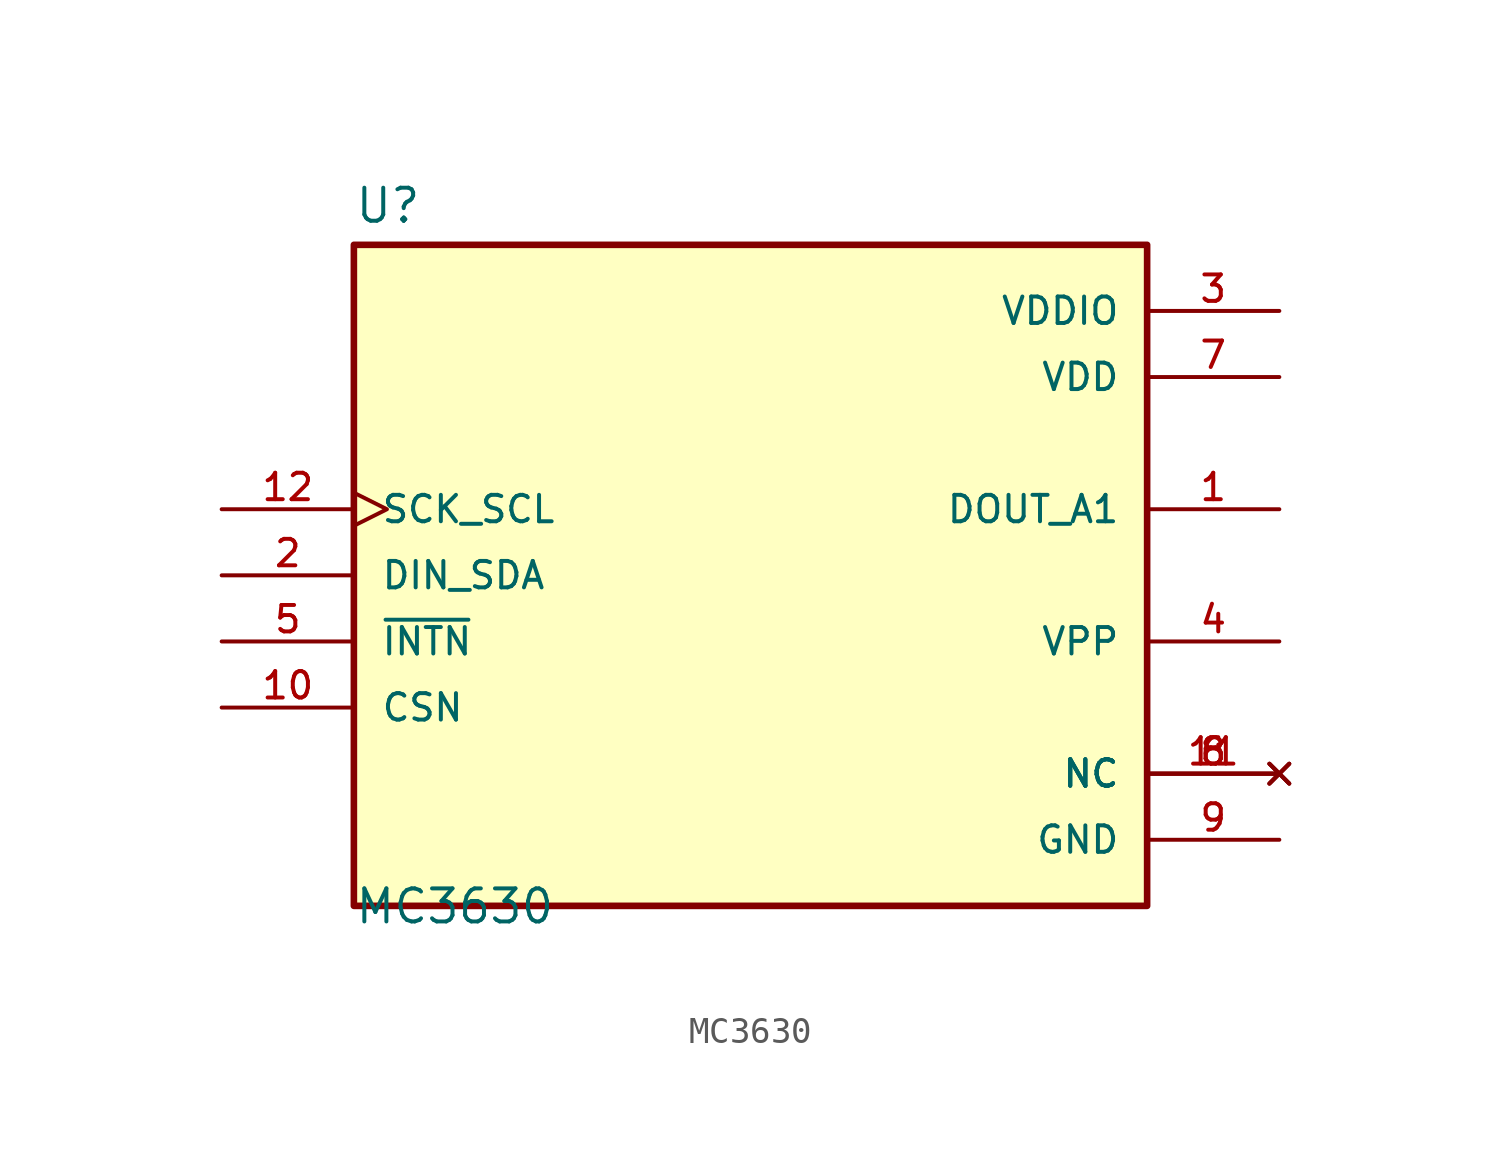
<source format=kicad_sym>
(kicad_symbol_lib
  (version 20211014)
  (generator kicad_symbol_editor)
  (symbol "MC3630"
    (pin_names
      (offset 1.016))
    (property "Reference" "U"
      (at -15.24 16.002 0)
      (effects (font (size 1.27 1.27)) (justify left bottom)))
    (property "Value" "MC3630"
      (at -15.24 -10.922 0)
      (effects (font (size 1.27 1.27)) (justify left bottom)))
    (property "ki_locked" ""
      (at 0 0 0)
      (effects (font (size 1.27 1.27))))
    (symbol "MC3630_0_0"
      (rectangle (start -15.24 -10.16) (end 15.24 15.24) (stroke (width 0.254) (type default) (color 0 0 0 0)) (fill (type background)))
      (pin output line (at 20.32 5.08 180) (length 5.08) (name "DOUT_A1" (effects (font (size 1.016 1.016)))) (number "1" (effects (font (size 1.016 1.016)))))
      (pin bidirectional line (at -20.32 -2.54 0) (length 5.08) (name "CSN" (effects (font (size 1.016 1.016)))) (number "10" (effects (font (size 1.016 1.016)))))
      (pin no_connect line (at 20.32 -5.08 180) (length 5.08) (name "NC" (effects (font (size 1.016 1.016)))) (number "11" (effects (font (size 1.016 1.016)))))
      (pin input clock (at -20.32 5.08 0) (length 5.08) (name "SCK_SCL" (effects (font (size 1.016 1.016)))) (number "12" (effects (font (size 1.016 1.016)))))
      (pin bidirectional line (at -20.32 2.54 0) (length 5.08) (name "DIN_SDA" (effects (font (size 1.016 1.016)))) (number "2" (effects (font (size 1.016 1.016)))))
      (pin power_in line (at 20.32 12.7 180) (length 5.08) (name "VDDIO" (effects (font (size 1.016 1.016)))) (number "3" (effects (font (size 1.016 1.016)))))
      (pin passive line (at 20.32 0 180) (length 5.08) (name "VPP" (effects (font (size 1.016 1.016)))) (number "4" (effects (font (size 1.016 1.016)))))
      (pin bidirectional line (at -20.32 0 0) (length 5.08) (name "~{INTN}" (effects (font (size 1.016 1.016)))) (number "5" (effects (font (size 1.016 1.016)))))
      (pin no_connect line (at 20.32 -5.08 180) (length 5.08) (name "NC" (effects (font (size 1.016 1.016)))) (number "6" (effects (font (size 1.016 1.016)))))
      (pin power_in line (at 20.32 10.16 180) (length 5.08) (name "VDD" (effects (font (size 1.016 1.016)))) (number "7" (effects (font (size 1.016 1.016)))))
      (pin no_connect line (at 20.32 -5.08 180) (length 5.08) (name "NC" (effects (font (size 1.016 1.016)))) (number "8" (effects (font (size 1.016 1.016)))))
      (pin power_in line (at 20.32 -7.62 180) (length 5.08) (name "GND" (effects (font (size 1.016 1.016)))) (number "9" (effects (font (size 1.016 1.016))))))))
</source>
